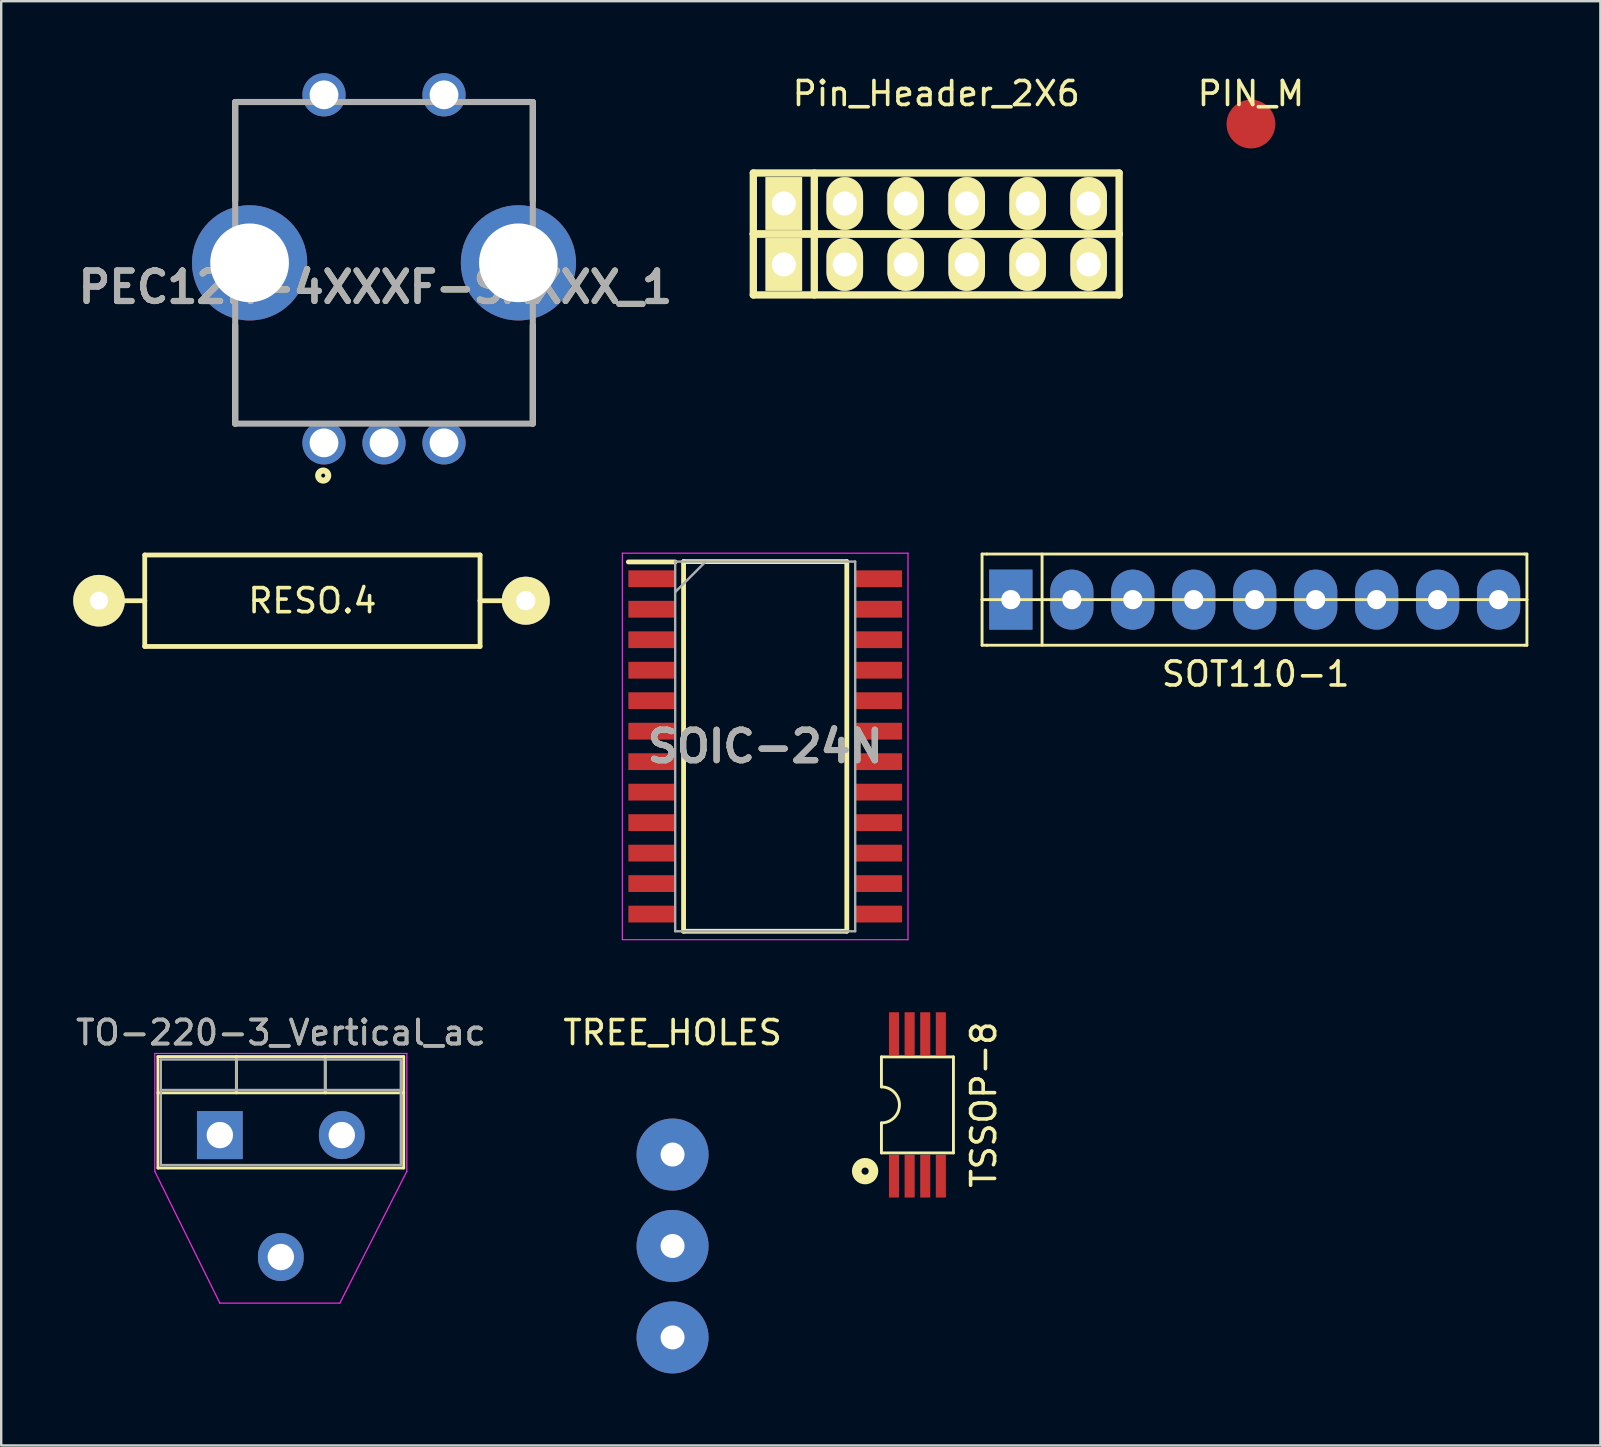
<source format=kicad_pcb>
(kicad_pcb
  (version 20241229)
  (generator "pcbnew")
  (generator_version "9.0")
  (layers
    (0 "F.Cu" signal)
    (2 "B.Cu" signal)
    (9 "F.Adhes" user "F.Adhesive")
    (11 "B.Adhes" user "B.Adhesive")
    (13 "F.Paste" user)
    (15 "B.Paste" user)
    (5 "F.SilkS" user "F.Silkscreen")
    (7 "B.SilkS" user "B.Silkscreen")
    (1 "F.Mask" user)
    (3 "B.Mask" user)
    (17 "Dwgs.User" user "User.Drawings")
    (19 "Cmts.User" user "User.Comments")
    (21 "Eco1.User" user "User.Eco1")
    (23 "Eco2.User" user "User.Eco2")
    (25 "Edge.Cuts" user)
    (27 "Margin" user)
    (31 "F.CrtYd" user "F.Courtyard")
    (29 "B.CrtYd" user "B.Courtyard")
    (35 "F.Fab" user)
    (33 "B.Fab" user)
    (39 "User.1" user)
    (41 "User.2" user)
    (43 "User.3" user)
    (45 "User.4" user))
  (footprint "PIN_M"
    (layer "F.Cu")
    (at 49.066 2.118)
    (property "Reference" "PIN_M" (at 0 -1.27 0) (unlocked yes) (layer "F.SilkS") (effects (font (size 1 1) (thickness 0.15))))
    (attr smd)
    (pad "1" smd circle (at 0 0) (size 2.032 2.032) (layers "F.Cu" "F.Mask" "F.Paste")))
  (footprint "RESO.4"
    (layer "F.Cu")
    (at 9.965 21.977)
    (property "Reference" "RESO.4" (at 0 0 0) (unlocked yes) (layer "F.SilkS") (effects (font (size 1 1) (thickness 0.15))))
    (attr through_hole)
    (fp_line (start -8.89 0) (end -6.985 0) (stroke (width 0.2) (type solid)) (layer "F.SilkS"))
    (fp_line (start -6.985 -1.905) (end 6.985 -1.905) (stroke (width 0.2) (type solid)) (layer "F.SilkS"))
    (fp_line (start -6.985 0) (end -6.985 -1.905) (stroke (width 0.2) (type solid)) (layer "F.SilkS"))
    (fp_line (start -6.985 1.905) (end -6.985 0) (stroke (width 0.2) (type solid)) (layer "F.SilkS"))
    (fp_line (start 6.985 -1.905) (end 6.985 0) (stroke (width 0.2) (type solid)) (layer "F.SilkS"))
    (fp_line (start 6.985 0) (end 6.985 1.905) (stroke (width 0.2) (type solid)) (layer "F.SilkS"))
    (fp_line (start 6.985 0) (end 8.89 0) (stroke (width 0.2) (type solid)) (layer "F.SilkS"))
    (fp_line (start 6.985 1.905) (end -6.985 1.905) (stroke (width 0.2) (type solid)) (layer "F.SilkS"))
    (pad "1" thru_hole circle (at -8.89 0) (size 2.15 2.15) (drill 0.75) (layers "*.Cu" "*.Mask" "F.SilkS"))
    (pad "2" thru_hole circle (at 8.89 0) (size 1.999 1.999) (drill 0.8) (layers "*.Cu" "*.Mask" "F.SilkS")))
  (footprint "TREE_HOLES"
    (layer "F.Cu")
    (at 24.97 48.86)
    (property "Reference" "TREE_HOLES" (at 0 -8.89 0) (unlocked yes) (layer "F.SilkS") (effects (font (size 1 1) (thickness 0.15))))
    (attr smd)
    (pad "1" thru_hole circle (at 0 -3.81) (size 3 3) (drill 1) (layers "*.Cu" "*.Mask"))
    (pad "2" thru_hole circle (at 0 0) (size 3 3) (drill 1) (layers "*.Cu" "*.Mask"))
    (pad "3" thru_hole circle (at 0 3.81) (size 3 3) (drill 1) (layers "*.Cu" "*.Mask")))
  (footprint "TSSOP-8"
    (layer "F.Cu")
    (at 35.172 42.982)
    (property "Reference" "TSSOP-8" (at 2.76 -0.01 90) (layer "F.SilkS") (effects (font (size 1 1) (thickness 0.15))))
    (attr through_hole)
    (fp_line (start -1.5 -2) (end 1.5 -2) (stroke (width 0.12) (type solid)) (layer "F.SilkS"))
    (fp_line (start -1.5 -0.75) (end -1.5 -2) (stroke (width 0.12) (type solid)) (layer "F.SilkS"))
    (fp_line (start -1.5 0.75) (end -1.5 2) (stroke (width 0.12) (type solid)) (layer "F.SilkS"))
    (fp_line (start 1.5 -2) (end 1.5 2) (stroke (width 0.12) (type solid)) (layer "F.SilkS"))
    (fp_line (start 1.5 2) (end -1.5 2) (stroke (width 0.12) (type solid)) (layer "F.SilkS"))
    (fp_arc (start -1.5 -0.75) (mid -0.75 0) (end -1.5 0.75) (stroke (width 0.12) (type solid)) (layer "F.SilkS"))
    (fp_circle (center -2.18 2.76) (end -2.031 2.76) (stroke (width 0.4) (type solid)) (fill no) (layer "F.SilkS"))
    (pad "1" smd rect (at -0.975 2.97) (size 0.42 1.78) (layers "F.Cu" "F.Mask" "F.Paste"))
    (pad "2" smd rect (at -0.325 2.97) (size 0.42 1.78) (layers "F.Cu" "F.Mask" "F.Paste"))
    (pad "3" smd rect (at 0.325 2.97) (size 0.42 1.78) (layers "F.Cu" "F.Mask" "F.Paste"))
    (pad "4" smd rect (at 0.975 2.97) (size 0.42 1.78) (layers "F.Cu" "F.Mask" "F.Paste"))
    (pad "5" smd rect (at 0.975 -2.97) (size 0.42 1.78) (layers "F.Cu" "F.Mask" "F.Paste"))
    (pad "6" smd rect (at 0.325 -2.97) (size 0.42 1.78) (layers "F.Cu" "F.Mask" "F.Paste"))
    (pad "7" smd rect (at -0.325 -2.97) (size 0.42 1.78) (layers "F.Cu" "F.Mask" "F.Paste"))
    (pad "8" smd rect (at -0.975 -2.97) (size 0.42 1.78) (layers "F.Cu" "F.Mask" "F.Paste")))
  (footprint "Pin_Header_2X6"
    (layer "F.Cu")
    (at 35.955 6.698)
    (property "Reference" "Pin_Header_2X6" (at 0 -5.85 0) (layer "F.SilkS") (effects (font (size 1 1) (thickness 0.15))))
    (attr through_hole)
    (fp_line (start -7.62 -2.54) (end 7.62 -2.54) (stroke (width 0.305) (type solid)) (layer "F.SilkS"))
    (fp_line (start -7.62 0) (end -7.62 -2.54) (stroke (width 0.305) (type solid)) (layer "F.SilkS"))
    (fp_line (start -7.62 0) (end 7.62 0) (stroke (width 0.305) (type solid)) (layer "F.SilkS"))
    (fp_line (start -7.62 2.54) (end -7.62 0) (stroke (width 0.305) (type solid)) (layer "F.SilkS"))
    (fp_line (start -5.08 -2.54) (end -5.08 0) (stroke (width 0.305) (type solid)) (layer "F.SilkS"))
    (fp_line (start -5.08 0) (end -5.08 2.54) (stroke (width 0.305) (type solid)) (layer "F.SilkS"))
    (fp_line (start 7.62 -2.54) (end 7.62 0) (stroke (width 0.305) (type solid)) (layer "F.SilkS"))
    (fp_line (start 7.62 0) (end -7.62 0) (stroke (width 0.305) (type solid)) (layer "F.SilkS"))
    (fp_line (start 7.62 0) (end 7.62 2.54) (stroke (width 0.305) (type solid)) (layer "F.SilkS"))
    (fp_line (start 7.62 2.54) (end -7.62 2.54) (stroke (width 0.305) (type solid)) (layer "F.SilkS"))
    (pad "1" thru_hole rect (at -6.35 -1.27) (size 1.524 2.2) (drill 1.001) (layers "*.Cu" "*.Mask" "F.SilkS"))
    (pad "1" thru_hole rect (at -6.35 1.27) (size 1.524 2.2) (drill 1.001) (layers "*.Cu" "*.Mask" "F.SilkS"))
    (pad "2" thru_hole oval (at -3.81 -1.27) (size 1.524 2.2) (drill 1.001) (layers "*.Cu" "*.Mask" "F.SilkS"))
    (pad "2" thru_hole oval (at -3.81 1.27) (size 1.524 2.2) (drill 1.001) (layers "*.Cu" "*.Mask" "F.SilkS"))
    (pad "3" thru_hole oval (at -1.27 -1.27) (size 1.524 2.2) (drill 1.001) (layers "*.Cu" "*.Mask" "F.SilkS"))
    (pad "3" thru_hole oval (at -1.27 1.27) (size 1.524 2.2) (drill 1.001) (layers "*.Cu" "*.Mask" "F.SilkS"))
    (pad "4" thru_hole oval (at 1.27 -1.27) (size 1.524 2.2) (drill 1.001) (layers "*.Cu" "*.Mask" "F.SilkS"))
    (pad "4" thru_hole oval (at 1.27 1.27) (size 1.524 2.2) (drill 1.001) (layers "*.Cu" "*.Mask" "F.SilkS"))
    (pad "5" thru_hole oval (at 3.81 -1.27) (size 1.524 2.2) (drill 1.001) (layers "*.Cu" "*.Mask" "F.SilkS"))
    (pad "5" thru_hole oval (at 3.81 1.27) (size 1.524 2.2) (drill 1.001) (layers "*.Cu" "*.Mask" "F.SilkS"))
    (pad "6" thru_hole oval (at 6.35 -1.27) (size 1.524 2.2) (drill 1.001) (layers "*.Cu" "*.Mask" "F.SilkS"))
    (pad "6" thru_hole oval (at 6.35 1.27) (size 1.524 2.2) (drill 1.001) (layers "*.Cu" "*.Mask" "F.SilkS")))
  (footprint "SOIC-24N"
    (layer "F.Cu")
    (at 28.829 28.047)
    (property "Reference" "SOIC-24N" (at 0 0 0) (layer "F.SilkS") (effects (font (size 1.27 1.27) (thickness 0.254))))
    (attr smd)
    (fp_line (start -5.7 -7.685) (end -3.75 -7.685) (stroke (width 0.2) (type solid)) (layer "F.SilkS"))
    (fp_line (start -3.4 -7.7) (end 3.4 -7.7) (stroke (width 0.2) (type solid)) (layer "F.SilkS"))
    (fp_line (start -3.4 7.7) (end -3.4 -7.7) (stroke (width 0.2) (type solid)) (layer "F.SilkS"))
    (fp_line (start 3.4 -7.7) (end 3.4 7.7) (stroke (width 0.2) (type solid)) (layer "F.SilkS"))
    (fp_line (start 3.4 7.7) (end -3.4 7.7) (stroke (width 0.2) (type solid)) (layer "F.SilkS"))
    (fp_line (start -5.95 -8.05) (end 5.95 -8.05) (stroke (width 0.05) (type solid)) (layer "F.CrtYd"))
    (fp_line (start -5.95 8.05) (end -5.95 -8.05) (stroke (width 0.05) (type solid)) (layer "F.CrtYd"))
    (fp_line (start 5.95 -8.05) (end 5.95 8.05) (stroke (width 0.05) (type solid)) (layer "F.CrtYd"))
    (fp_line (start 5.95 8.05) (end -5.95 8.05) (stroke (width 0.05) (type solid)) (layer "F.CrtYd"))
    (fp_line (start -3.75 -7.7) (end 3.75 -7.7) (stroke (width 0.1) (type solid)) (layer "F.Fab"))
    (fp_line (start -3.75 -6.43) (end -2.48 -7.7) (stroke (width 0.1) (type solid)) (layer "F.Fab"))
    (fp_line (start -3.75 7.7) (end -3.75 -7.7) (stroke (width 0.1) (type solid)) (layer "F.Fab"))
    (fp_line (start 3.75 -7.7) (end 3.75 7.7) (stroke (width 0.1) (type solid)) (layer "F.Fab"))
    (fp_line (start 3.75 7.7) (end -3.75 7.7) (stroke (width 0.1) (type solid)) (layer "F.Fab"))
    (fp_text user "${REFERENCE}" (at 0 0 0) (layer "F.Fab") (effects (font (size 1.27 1.27) (thickness 0.254))))
    (pad "1" smd rect (at -4.725 -6.985 90) (size 0.7 1.95) (layers "F.Cu" "F.Mask" "F.Paste"))
    (pad "2" smd rect (at -4.725 -5.715 90) (size 0.7 1.95) (layers "F.Cu" "F.Mask" "F.Paste"))
    (pad "3" smd rect (at -4.725 -4.445 90) (size 0.7 1.95) (layers "F.Cu" "F.Mask" "F.Paste"))
    (pad "4" smd rect (at -4.725 -3.175 90) (size 0.7 1.95) (layers "F.Cu" "F.Mask" "F.Paste"))
    (pad "5" smd rect (at -4.725 -1.905 90) (size 0.7 1.95) (layers "F.Cu" "F.Mask" "F.Paste"))
    (pad "6" smd rect (at -4.725 -0.635 90) (size 0.7 1.95) (layers "F.Cu" "F.Mask" "F.Paste"))
    (pad "7" smd rect (at -4.725 0.635 90) (size 0.7 1.95) (layers "F.Cu" "F.Mask" "F.Paste"))
    (pad "8" smd rect (at -4.725 1.905 90) (size 0.7 1.95) (layers "F.Cu" "F.Mask" "F.Paste"))
    (pad "9" smd rect (at -4.725 3.175 90) (size 0.7 1.95) (layers "F.Cu" "F.Mask" "F.Paste"))
    (pad "10" smd rect (at -4.725 4.445 90) (size 0.7 1.95) (layers "F.Cu" "F.Mask" "F.Paste"))
    (pad "11" smd rect (at -4.725 5.715 90) (size 0.7 1.95) (layers "F.Cu" "F.Mask" "F.Paste"))
    (pad "12" smd rect (at -4.725 6.985 90) (size 0.7 1.95) (layers "F.Cu" "F.Mask" "F.Paste"))
    (pad "13" smd rect (at 4.725 6.985 90) (size 0.7 1.95) (layers "F.Cu" "F.Mask" "F.Paste"))
    (pad "14" smd rect (at 4.725 5.715 90) (size 0.7 1.95) (layers "F.Cu" "F.Mask" "F.Paste"))
    (pad "15" smd rect (at 4.725 4.445 90) (size 0.7 1.95) (layers "F.Cu" "F.Mask" "F.Paste"))
    (pad "16" smd rect (at 4.725 3.175 90) (size 0.7 1.95) (layers "F.Cu" "F.Mask" "F.Paste"))
    (pad "17" smd rect (at 4.725 1.905 90) (size 0.7 1.95) (layers "F.Cu" "F.Mask" "F.Paste"))
    (pad "18" smd rect (at 4.725 0.635 90) (size 0.7 1.95) (layers "F.Cu" "F.Mask" "F.Paste"))
    (pad "19" smd rect (at 4.725 -0.635 90) (size 0.7 1.95) (layers "F.Cu" "F.Mask" "F.Paste"))
    (pad "20" smd rect (at 4.725 -1.905 90) (size 0.7 1.95) (layers "F.Cu" "F.Mask" "F.Paste"))
    (pad "21" smd rect (at 4.725 -3.175 90) (size 0.7 1.95) (layers "F.Cu" "F.Mask" "F.Paste"))
    (pad "22" smd rect (at 4.725 -4.445 90) (size 0.7 1.95) (layers "F.Cu" "F.Mask" "F.Paste"))
    (pad "23" smd rect (at 4.725 -5.715 90) (size 0.7 1.95) (layers "F.Cu" "F.Mask" "F.Paste"))
    (pad "24" smd rect (at 4.725 -6.985 90) (size 0.7 1.95) (layers "F.Cu" "F.Mask" "F.Paste")))
  (footprint "PEC12R-4XXXF-SXXXX_1"
    (layer "F.Cu")
    (at 12.948 7.9)
    (property "Reference" "PEC12R-4XXXF-SXXXX_1" (at -0.357 1.016 0) (layer "F.SilkS") (effects (font (size 1.27 1.27) (thickness 0.254))))
    (attr through_hole)
    (fp_line (start -6.2 -6.7) (end -6.2 -2.6) (stroke (width 0.254) (type solid)) (layer "F.SilkS"))
    (fp_line (start -6.2 6.7) (end -6.2 2.6) (stroke (width 0.254) (type solid)) (layer "F.SilkS"))
    (fp_line (start 6.2 -6.7) (end 6.2 -2.6) (stroke (width 0.254) (type solid)) (layer "F.SilkS"))
    (fp_line (start 6.2 6.7) (end 6.2 2.6) (stroke (width 0.254) (type solid)) (layer "F.SilkS"))
    (fp_circle (center -2.533 8.863) (end -2.533 8.945) (stroke (width 0.254) (type solid)) (fill no) (layer "F.SilkS"))
    (fp_line (start -6.2 -6.7) (end 6.2 -6.7) (stroke (width 0.254) (type solid)) (layer "F.Fab"))
    (fp_line (start -6.2 6.7) (end -6.2 -6.7) (stroke (width 0.254) (type solid)) (layer "F.Fab"))
    (fp_line (start 6.2 -6.7) (end 6.2 6.7) (stroke (width 0.254) (type solid)) (layer "F.Fab"))
    (fp_line (start 6.2 6.7) (end -6.2 6.7) (stroke (width 0.254) (type solid)) (layer "F.Fab"))
    (fp_text user "${REFERENCE}" (at -0.357 1.016 0) (layer "F.Fab") (effects (font (size 1.27 1.27) (thickness 0.254))))
    (pad "1" thru_hole circle (at -2.5 7.5) (size 1.8 1.8) (drill 1.2) (layers "*.Cu" "*.Mask"))
    (pad "2" thru_hole circle (at 2.5 7.5) (size 1.8 1.8) (drill 1.2) (layers "*.Cu" "*.Mask"))
    (pad "3" thru_hole circle (at 0 7.5) (size 1.8 1.8) (drill 1.2) (layers "*.Cu" "*.Mask"))
    (pad "4" thru_hole circle (at -2.5 -7) (size 1.8 1.8) (drill 1.2) (layers "*.Cu" "*.Mask"))
    (pad "5" thru_hole circle (at 2.5 -7) (size 1.8 1.8) (drill 1.2) (layers "*.Cu" "*.Mask"))
    (pad "6" thru_hole circle (at 5.6 0) (size 4.8 4.8) (drill 3.28) (layers "*.Cu" "*.Mask"))
    (pad "7" thru_hole circle (at -5.6 0) (size 4.8 4.8) (drill 3.28) (layers "*.Cu" "*.Mask")))
  (footprint "SOT110-1"
    (layer "F.Cu")
    (at 49.234 21.882)
    (property "Reference" "SOT110-1" (at 0.03 3.15 0) (layer "F.SilkS") (effects (font (size 1 1) (thickness 0.15))))
    (attr through_hole)
    (fp_line (start -11.37 0.05) (end -11.37 -1.85) (stroke (width 0.12) (type solid)) (layer "F.SilkS"))
    (fp_line (start -11.37 0.05) (end -11.37 1.95) (stroke (width 0.12) (type solid)) (layer "F.SilkS"))
    (fp_line (start -11.17 -1.85) (end -11.37 -1.85) (stroke (width 0.12) (type solid)) (layer "F.SilkS"))
    (fp_line (start -11.17 1.95) (end -11.37 1.95) (stroke (width 0.12) (type solid)) (layer "F.SilkS"))
    (fp_line (start -11.17 1.95) (end 11.23 1.95) (stroke (width 0.12) (type solid)) (layer "F.SilkS"))
    (fp_line (start -8.87 -1.85) (end -8.87 1.95) (stroke (width 0.12) (type solid)) (layer "F.SilkS"))
    (fp_line (start 11.23 -1.85) (end -11.17 -1.85) (stroke (width 0.12) (type solid)) (layer "F.SilkS"))
    (fp_line (start 11.33 -1.85) (end 11.23 -1.85) (stroke (width 0.12) (type solid)) (layer "F.SilkS"))
    (fp_line (start 11.33 0.05) (end -11.37 0.05) (stroke (width 0.12) (type solid)) (layer "F.SilkS"))
    (fp_line (start 11.33 0.05) (end 11.33 -1.85) (stroke (width 0.12) (type solid)) (layer "F.SilkS"))
    (fp_line (start 11.33 1.95) (end 11.23 1.95) (stroke (width 0.12) (type solid)) (layer "F.SilkS"))
    (fp_line (start 11.33 1.95) (end 11.33 0.05) (stroke (width 0.12) (type solid)) (layer "F.SilkS"))
    (pad "1" thru_hole rect (at -10.17 0.05) (size 1.8 2.5) (drill 0.8) (layers "*.Cu" "*.Mask"))
    (pad "2" thru_hole oval (at -7.63 0.05) (size 1.8 2.5) (drill 0.8) (layers "*.Cu" "*.Mask"))
    (pad "3" thru_hole oval (at -5.09 0.05) (size 1.8 2.5) (drill 0.8) (layers "*.Cu" "*.Mask"))
    (pad "4" thru_hole oval (at -2.55 0.05) (size 1.8 2.5) (drill 0.8) (layers "*.Cu" "*.Mask"))
    (pad "5" thru_hole oval (at -0.01 0.05) (size 1.8 2.5) (drill 0.8) (layers "*.Cu" "*.Mask"))
    (pad "6" thru_hole oval (at 2.53 0.05) (size 1.8 2.5) (drill 0.8) (layers "*.Cu" "*.Mask"))
    (pad "7" thru_hole oval (at 5.07 0.05) (size 1.8 2.5) (drill 0.8) (layers "*.Cu" "*.Mask"))
    (pad "8" thru_hole oval (at 7.61 0.05) (size 1.8 2.5) (drill 0.8) (layers "*.Cu" "*.Mask"))
    (pad "9" thru_hole oval (at 10.15 0.05) (size 1.8 2.5) (drill 0.8) (layers "*.Cu" "*.Mask")))
  (footprint "TO-220-3_Vertical_ac"
    (layer "F.Cu")
    (at 6.109 44.24)
    (property "Reference" "TO-220-3_Vertical_ac" (at 2.54 -4.27 0) (layer "F.SilkS") (effects (font (size 1 1) (thickness 0.15))))
    (attr through_hole)
    (fp_line (start -2.58 -3.27) (end -2.58 1.371) (stroke (width 0.12) (type solid)) (layer "F.SilkS"))
    (fp_line (start -2.58 -3.27) (end 7.66 -3.27) (stroke (width 0.12) (type solid)) (layer "F.SilkS"))
    (fp_line (start -2.58 -1.76) (end 7.66 -1.76) (stroke (width 0.12) (type solid)) (layer "F.SilkS"))
    (fp_line (start -2.58 1.371) (end 7.66 1.371) (stroke (width 0.12) (type solid)) (layer "F.SilkS"))
    (fp_line (start 0.69 -3.27) (end 0.69 -1.76) (stroke (width 0.12) (type solid)) (layer "F.SilkS"))
    (fp_line (start 4.391 -3.27) (end 4.391 -1.76) (stroke (width 0.12) (type solid)) (layer "F.SilkS"))
    (fp_line (start 7.66 -3.27) (end 7.66 1.371) (stroke (width 0.12) (type solid)) (layer "F.SilkS"))
    (fp_line (start -2.71 -3.4) (end -2.71 1.51) (stroke (width 0.05) (type solid)) (layer "F.CrtYd"))
    (fp_line (start -2.71 1.51) (end 0 7) (stroke (width 0.05) (type solid)) (layer "F.CrtYd"))
    (fp_line (start 0 7) (end 5 7) (stroke (width 0.05) (type solid)) (layer "F.CrtYd"))
    (fp_line (start 5 7) (end 7.79 1.51) (stroke (width 0.05) (type solid)) (layer "F.CrtYd"))
    (fp_line (start 7.79 -3.4) (end -2.71 -3.4) (stroke (width 0.05) (type solid)) (layer "F.CrtYd"))
    (fp_line (start 7.79 1.51) (end 7.79 -3.4) (stroke (width 0.05) (type solid)) (layer "F.CrtYd"))
    (fp_line (start -2.46 -3.15) (end -2.46 1.25) (stroke (width 0.1) (type solid)) (layer "F.Fab"))
    (fp_line (start -2.46 -1.88) (end 7.54 -1.88) (stroke (width 0.1) (type solid)) (layer "F.Fab"))
    (fp_line (start -2.46 1.25) (end 7.54 1.25) (stroke (width 0.1) (type solid)) (layer "F.Fab"))
    (fp_line (start 0.69 -3.15) (end 0.69 -1.88) (stroke (width 0.1) (type solid)) (layer "F.Fab"))
    (fp_line (start 4.39 -3.15) (end 4.39 -1.88) (stroke (width 0.1) (type solid)) (layer "F.Fab"))
    (fp_line (start 7.54 -3.15) (end -2.46 -3.15) (stroke (width 0.1) (type solid)) (layer "F.Fab"))
    (fp_line (start 7.54 1.25) (end 7.54 -3.15) (stroke (width 0.1) (type solid)) (layer "F.Fab"))
    (fp_text user "${REFERENCE}" (at 2.54 -4.27 0) (layer "F.Fab") (effects (font (size 1 1) (thickness 0.15))))
    (pad "1" thru_hole rect (at 0 0) (size 1.905 2) (drill 1.1) (layers "*.Cu" "*.Mask"))
    (pad "2" thru_hole oval (at 2.54 5.08) (size 1.905 2) (drill 1.1) (layers "*.Cu" "*.Mask"))
    (pad "3" thru_hole oval (at 5.08 0) (size 1.905 2) (drill 1.1) (layers "*.Cu" "*.Mask")))
  (gr_rect
    (start -3 -3)
    (end 63.624 57.17)
    (stroke (width 0.1) (type default))
    (fill no)
    (layer "Edge.Cuts")))
</source>
